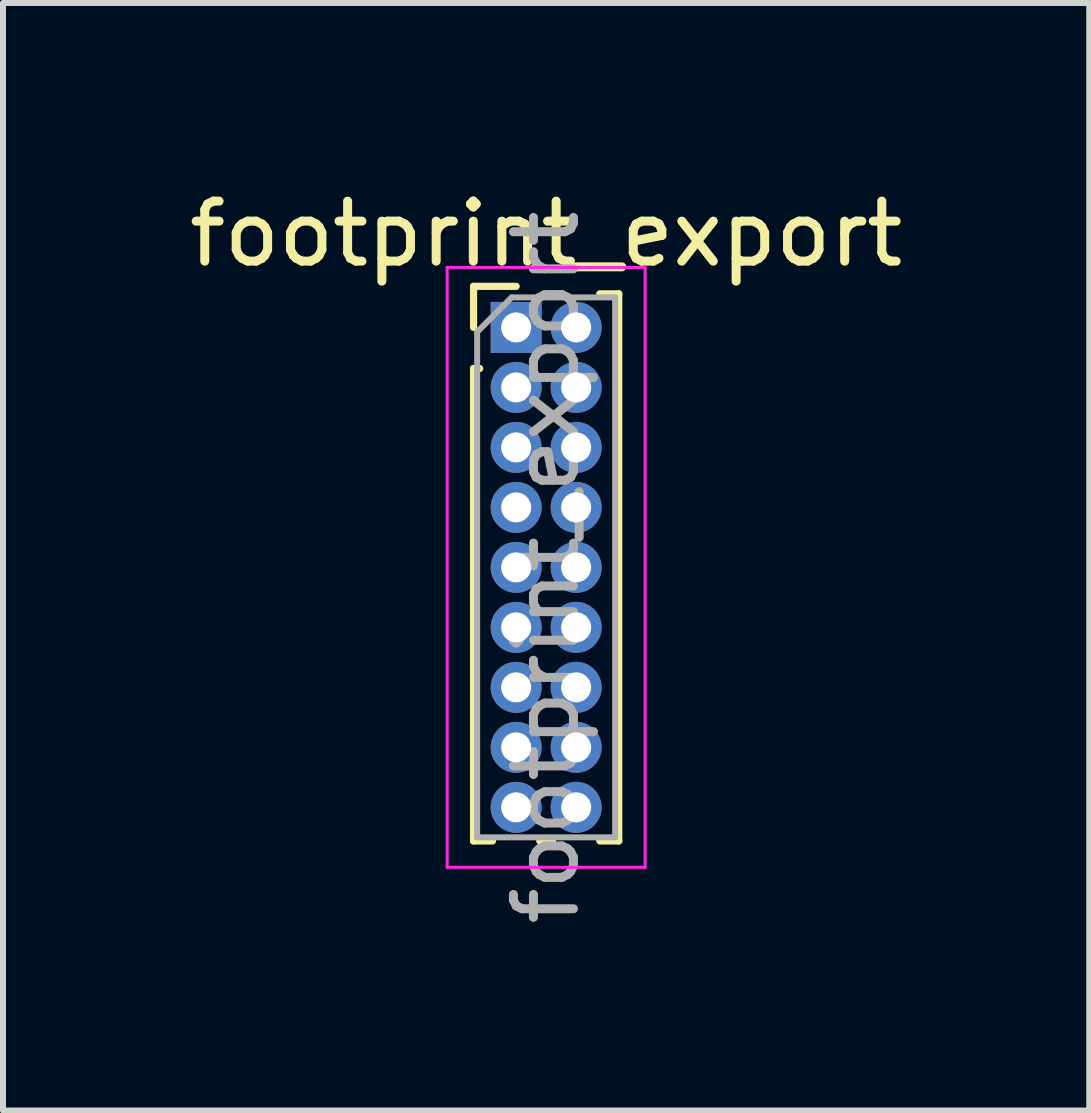
<source format=kicad_pcb>
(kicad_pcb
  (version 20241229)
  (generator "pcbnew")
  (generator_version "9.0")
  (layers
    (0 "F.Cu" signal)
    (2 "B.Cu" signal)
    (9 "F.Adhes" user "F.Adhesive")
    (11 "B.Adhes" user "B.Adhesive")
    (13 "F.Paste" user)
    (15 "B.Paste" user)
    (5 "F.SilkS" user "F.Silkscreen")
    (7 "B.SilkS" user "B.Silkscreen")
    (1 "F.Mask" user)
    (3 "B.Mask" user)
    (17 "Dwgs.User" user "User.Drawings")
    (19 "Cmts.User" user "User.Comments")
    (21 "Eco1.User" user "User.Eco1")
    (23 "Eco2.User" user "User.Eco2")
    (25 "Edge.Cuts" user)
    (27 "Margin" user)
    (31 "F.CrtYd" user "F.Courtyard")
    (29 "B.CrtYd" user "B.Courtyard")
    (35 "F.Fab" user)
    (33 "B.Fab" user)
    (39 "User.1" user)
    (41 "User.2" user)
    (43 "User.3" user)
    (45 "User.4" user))
  (footprint "footprint_export"
    (layer "F.Cu")
    (at 5.554 2.408)
    (property "Reference" "footprint_export" (at 0.5 -1.56 0) (layer "F.SilkS") (effects (font (size 1 1) (thickness 0.15))))
    (attr through_hole)
    (fp_line (start -0.71 -0.685) (end 0 -0.685) (stroke (width 0.12) (type solid)) (layer "F.SilkS"))
    (fp_line (start -0.71 0) (end -0.71 -0.685) (stroke (width 0.12) (type solid)) (layer "F.SilkS"))
    (fp_line (start -0.71 0.685) (end -0.71 8.56) (stroke (width 0.12) (type solid)) (layer "F.SilkS"))
    (fp_line (start -0.71 0.685) (end -0.608 0.685) (stroke (width 0.12) (type solid)) (layer "F.SilkS"))
    (fp_line (start -0.71 8.56) (end -0.394 8.56) (stroke (width 0.12) (type solid)) (layer "F.SilkS"))
    (fp_line (start 0.394 8.56) (end 0.606 8.56) (stroke (width 0.12) (type solid)) (layer "F.SilkS"))
    (fp_line (start 1.394 -0.56) (end 1.71 -0.56) (stroke (width 0.12) (type solid)) (layer "F.SilkS"))
    (fp_line (start 1.394 8.56) (end 1.71 8.56) (stroke (width 0.12) (type solid)) (layer "F.SilkS"))
    (fp_line (start 1.71 -0.56) (end 1.71 8.56) (stroke (width 0.12) (type solid)) (layer "F.SilkS"))
    (fp_line (start -1.15 -1) (end -1.15 9) (stroke (width 0.05) (type solid)) (layer "F.CrtYd"))
    (fp_line (start -1.15 9) (end 2.15 9) (stroke (width 0.05) (type solid)) (layer "F.CrtYd"))
    (fp_line (start 2.15 -1) (end -1.15 -1) (stroke (width 0.05) (type solid)) (layer "F.CrtYd"))
    (fp_line (start 2.15 9) (end 2.15 -1) (stroke (width 0.05) (type solid)) (layer "F.CrtYd"))
    (fp_line (start -0.65 0.075) (end -0.075 -0.5) (stroke (width 0.1) (type solid)) (layer "F.Fab"))
    (fp_line (start -0.65 8.5) (end -0.65 0.075) (stroke (width 0.1) (type solid)) (layer "F.Fab"))
    (fp_line (start -0.075 -0.5) (end 1.65 -0.5) (stroke (width 0.1) (type solid)) (layer "F.Fab"))
    (fp_line (start 1.65 -0.5) (end 1.65 8.5) (stroke (width 0.1) (type solid)) (layer "F.Fab"))
    (fp_line (start 1.65 8.5) (end -0.65 8.5) (stroke (width 0.1) (type solid)) (layer "F.Fab"))
    (fp_text user "${REFERENCE}" (at 0.5 4 90) (layer "F.Fab") (effects (font (size 1 1) (thickness 0.15))))
    (pad "1" thru_hole rect (at 0 0) (size 0.85 0.85) (drill 0.5) (layers "*.Cu" "*.Mask"))
    (pad "2" thru_hole oval (at 1 0) (size 0.85 0.85) (drill 0.5) (layers "*.Cu" "*.Mask"))
    (pad "3" thru_hole oval (at 0 1) (size 0.85 0.85) (drill 0.5) (layers "*.Cu" "*.Mask"))
    (pad "4" thru_hole oval (at 1 1) (size 0.85 0.85) (drill 0.5) (layers "*.Cu" "*.Mask"))
    (pad "5" thru_hole oval (at 0 2) (size 0.85 0.85) (drill 0.5) (layers "*.Cu" "*.Mask"))
    (pad "6" thru_hole oval (at 1 2) (size 0.85 0.85) (drill 0.5) (layers "*.Cu" "*.Mask"))
    (pad "7" thru_hole oval (at 0 3) (size 0.85 0.85) (drill 0.5) (layers "*.Cu" "*.Mask"))
    (pad "8" thru_hole oval (at 1 3) (size 0.85 0.85) (drill 0.5) (layers "*.Cu" "*.Mask"))
    (pad "9" thru_hole oval (at 0 4) (size 0.85 0.85) (drill 0.5) (layers "*.Cu" "*.Mask"))
    (pad "10" thru_hole oval (at 1 4) (size 0.85 0.85) (drill 0.5) (layers "*.Cu" "*.Mask"))
    (pad "11" thru_hole oval (at 0 5) (size 0.85 0.85) (drill 0.5) (layers "*.Cu" "*.Mask"))
    (pad "12" thru_hole oval (at 1 5) (size 0.85 0.85) (drill 0.5) (layers "*.Cu" "*.Mask"))
    (pad "13" thru_hole oval (at 0 6) (size 0.85 0.85) (drill 0.5) (layers "*.Cu" "*.Mask"))
    (pad "14" thru_hole oval (at 1 6) (size 0.85 0.85) (drill 0.5) (layers "*.Cu" "*.Mask"))
    (pad "15" thru_hole oval (at 0 7) (size 0.85 0.85) (drill 0.5) (layers "*.Cu" "*.Mask"))
    (pad "16" thru_hole oval (at 1 7) (size 0.85 0.85) (drill 0.5) (layers "*.Cu" "*.Mask"))
    (pad "17" thru_hole oval (at 0 8) (size 0.85 0.85) (drill 0.5) (layers "*.Cu" "*.Mask"))
    (pad "18" thru_hole oval (at 1 8) (size 0.85 0.85) (drill 0.5) (layers "*.Cu" "*.Mask")))
  (gr_rect
    (start -3 -3)
    (end 15.107 15.462)
    (stroke (width 0.1) (type default))
    (fill no)
    (layer "Edge.Cuts")))
</source>
